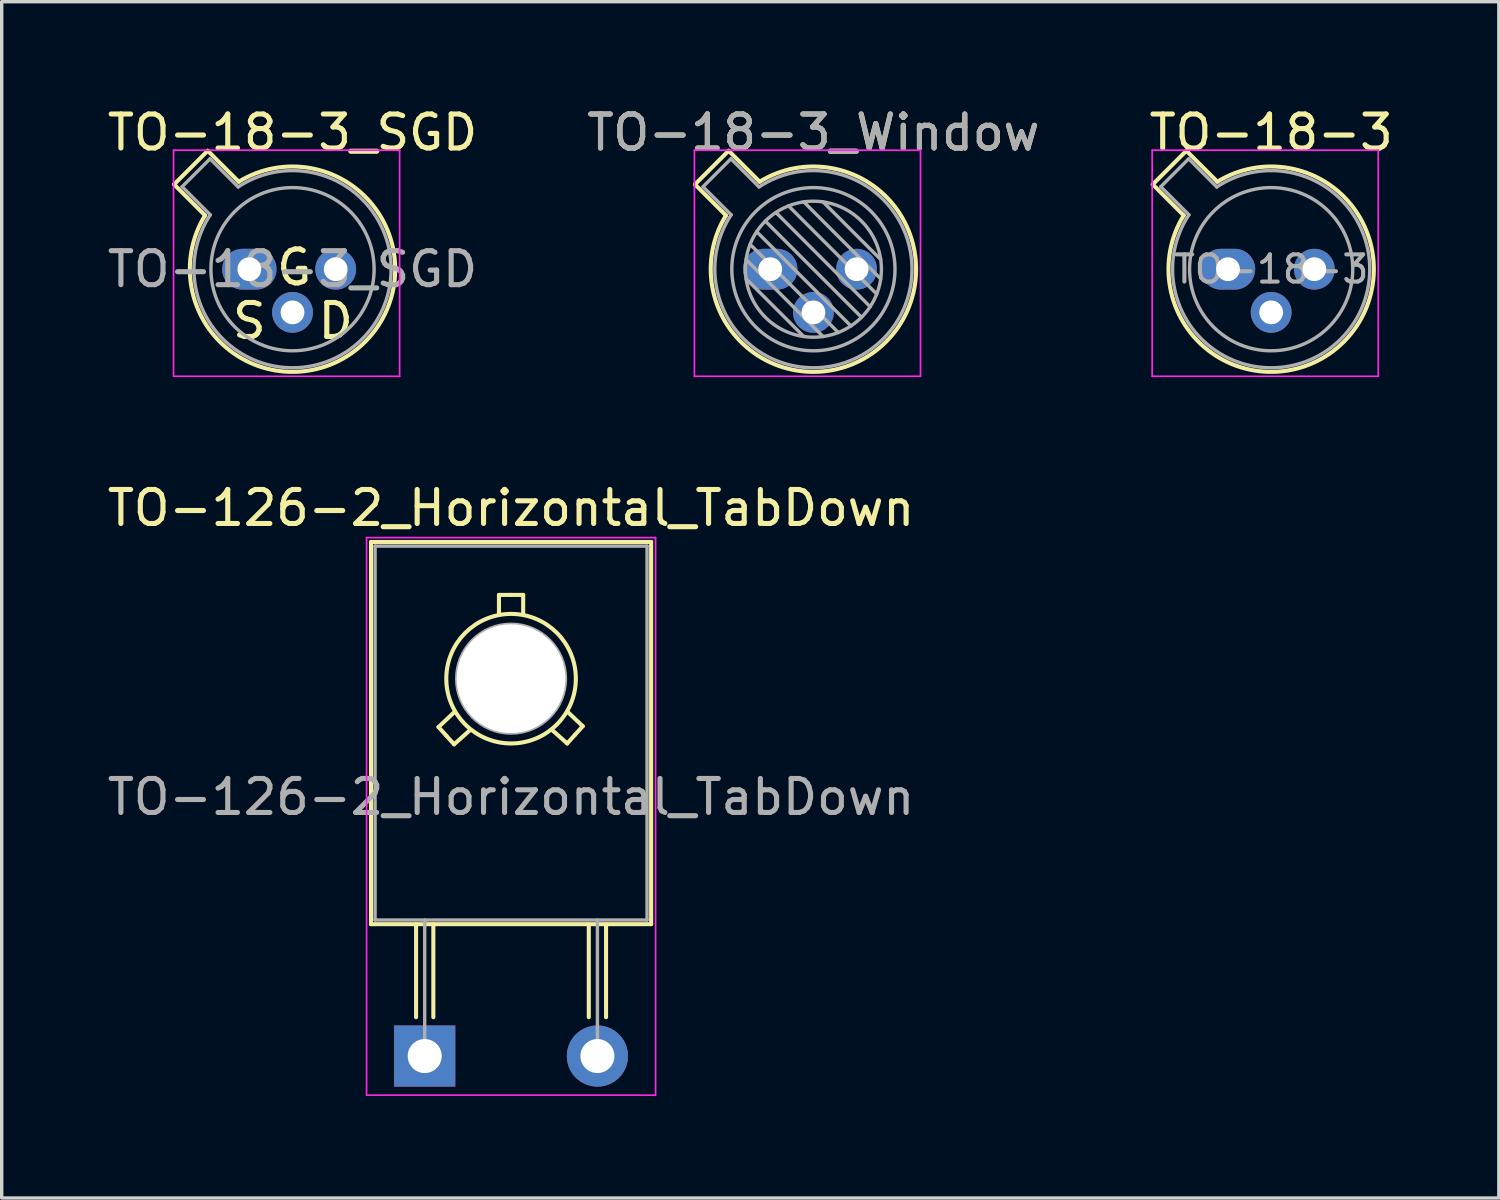
<source format=kicad_pcb>
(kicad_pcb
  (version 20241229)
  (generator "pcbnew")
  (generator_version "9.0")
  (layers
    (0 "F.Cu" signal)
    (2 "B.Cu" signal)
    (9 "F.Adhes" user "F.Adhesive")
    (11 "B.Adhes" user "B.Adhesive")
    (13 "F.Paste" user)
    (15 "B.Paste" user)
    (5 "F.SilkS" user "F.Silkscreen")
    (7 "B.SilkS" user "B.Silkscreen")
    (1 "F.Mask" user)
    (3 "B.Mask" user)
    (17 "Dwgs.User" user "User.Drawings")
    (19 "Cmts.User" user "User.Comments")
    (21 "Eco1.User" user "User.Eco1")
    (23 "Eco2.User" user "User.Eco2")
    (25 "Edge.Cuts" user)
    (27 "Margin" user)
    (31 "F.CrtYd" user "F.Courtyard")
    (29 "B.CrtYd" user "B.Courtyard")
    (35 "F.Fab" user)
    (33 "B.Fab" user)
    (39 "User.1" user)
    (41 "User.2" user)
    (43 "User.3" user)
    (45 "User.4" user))
  (footprint "TO-18-3_Window"
    (layer "F.Cu")
    (at 19.605 4.868)
    (property "Reference" "TO-18-3_Window" (at 1.27 -4.02 0) (layer "F.SilkS") (effects (font (size 1 1) (thickness 0.15))))
    (attr through_hole)
    (fp_line (start -2.214 -2.494) (end -1.302 -1.582) (stroke (width 0.12) (type solid)) (layer "F.SilkS"))
    (fp_line (start -1.224 -3.484) (end -2.214 -2.494) (stroke (width 0.12) (type solid)) (layer "F.SilkS"))
    (fp_line (start -0.312 -2.572) (end -1.224 -3.484) (stroke (width 0.12) (type solid)) (layer "F.SilkS"))
    (fp_arc (start -0.312331 -2.572281) (mid 3.405374 2.135551) (end -1.30215 -1.582544) (stroke (width 0.12) (type solid)) (layer "F.SilkS"))
    (fp_line (start -2.23 -3.5) (end -2.23 3.15) (stroke (width 0.05) (type solid)) (layer "F.CrtYd"))
    (fp_line (start -2.23 3.15) (end 4.42 3.15) (stroke (width 0.05) (type solid)) (layer "F.CrtYd"))
    (fp_line (start 4.42 -3.5) (end -2.23 -3.5) (stroke (width 0.05) (type solid)) (layer "F.CrtYd"))
    (fp_line (start 4.42 3.15) (end 4.42 -3.5) (stroke (width 0.05) (type solid)) (layer "F.CrtYd"))
    (fp_line (start -1.977 -2.426) (end -1.149 -1.599) (stroke (width 0.1) (type solid)) (layer "F.Fab"))
    (fp_line (start -1.156 -3.247) (end -1.977 -2.426) (stroke (width 0.1) (type solid)) (layer "F.Fab"))
    (fp_line (start -0.71 -0.283) (end 1.553 1.98) (stroke (width 0.1) (type solid)) (layer "F.Fab"))
    (fp_line (start -0.71 0.283) (end 0.987 1.98) (stroke (width 0.1) (type solid)) (layer "F.Fab"))
    (fp_line (start -0.592 -0.731) (end 2.001 1.862) (stroke (width 0.1) (type solid)) (layer "F.Fab"))
    (fp_line (start -0.399 -1.103) (end 2.373 1.669) (stroke (width 0.1) (type solid)) (layer "F.Fab"))
    (fp_line (start -0.329 -2.419) (end -1.156 -3.247) (stroke (width 0.1) (type solid)) (layer "F.Fab"))
    (fp_line (start -0.145 -1.415) (end 2.685 1.415) (stroke (width 0.1) (type solid)) (layer "F.Fab"))
    (fp_line (start 0.167 -1.669) (end 2.939 1.103) (stroke (width 0.1) (type solid)) (layer "F.Fab"))
    (fp_line (start 0.539 -1.862) (end 3.132 0.731) (stroke (width 0.1) (type solid)) (layer "F.Fab"))
    (fp_line (start 0.987 -1.98) (end 3.25 0.283) (stroke (width 0.1) (type solid)) (layer "F.Fab"))
    (fp_line (start 1.553 -1.98) (end 3.25 -0.283) (stroke (width 0.1) (type solid)) (layer "F.Fab"))
    (fp_arc (start -0.329057 -2.419301) (mid 3.321075 2.050145) (end -1.150029 -1.597956) (stroke (width 0.1) (type solid)) (layer "F.Fab"))
    (fp_circle (center 1.27 0) (end 3.27 0) (stroke (width 0.1) (type solid)) (fill no) (layer "F.Fab"))
    (fp_circle (center 1.27 0) (end 3.67 0) (stroke (width 0.1) (type solid)) (fill no) (layer "F.Fab"))
    (fp_text user "${REFERENCE}" (at 1.27 -4.02 0) (layer "F.Fab") (effects (font (size 1 1) (thickness 0.15))))
    (pad "1" thru_hole oval (at 0 0) (size 1.6 1.2) (drill 0.7) (layers "*.Cu" "*.Mask"))
    (pad "2" thru_hole oval (at 1.27 1.27) (size 1.2 1.2) (drill 0.7) (layers "*.Cu" "*.Mask"))
    (pad "3" thru_hole oval (at 2.54 0) (size 1.2 1.2) (drill 0.7) (layers "*.Cu" "*.Mask")))
  (footprint "TO-126-2_Horizontal_TabDown"
    (layer "F.Cu")
    (at 9.442 28.012)
    (property "Reference" "TO-126-2_Horizontal_TabDown" (at 2.54 -16.12 0) (layer "F.SilkS") (effects (font (size 1 1) (thickness 0.15))))
    (attr through_hole)
    (fp_line (start -1.58 -15.12) (end -1.58 -3.88) (stroke (width 0.12) (type solid)) (layer "F.SilkS"))
    (fp_line (start -1.58 -15.12) (end 6.66 -15.12) (stroke (width 0.12) (type solid)) (layer "F.SilkS"))
    (fp_line (start -1.58 -3.88) (end 6.66 -3.88) (stroke (width 0.12) (type solid)) (layer "F.SilkS"))
    (fp_line (start -0.254 -1.143) (end -0.254 -3.873) (stroke (width 0.12) (type solid)) (layer "F.SilkS"))
    (fp_line (start 0.254 -3.873) (end 0.254 -1.143) (stroke (width 0.12) (type solid)) (layer "F.SilkS"))
    (fp_line (start 0.406 -9.677) (end 0.864 -10.109) (stroke (width 0.12) (type solid)) (layer "F.SilkS"))
    (fp_line (start 0.635 -9.423) (end 0.406 -9.677) (stroke (width 0.12) (type solid)) (layer "F.SilkS"))
    (fp_line (start 0.864 -9.169) (end 0.635 -9.423) (stroke (width 0.12) (type solid)) (layer "F.SilkS"))
    (fp_line (start 0.864 -9.169) (end 1.321 -9.576) (stroke (width 0.12) (type solid)) (layer "F.SilkS"))
    (fp_line (start 2.184 -13.564) (end 2.184 -13.005) (stroke (width 0.12) (type solid)) (layer "F.SilkS"))
    (fp_line (start 2.184 -13.564) (end 2.54 -13.564) (stroke (width 0.12) (type solid)) (layer "F.SilkS"))
    (fp_line (start 2.54 -13.564) (end 2.896 -13.564) (stroke (width 0.12) (type solid)) (layer "F.SilkS"))
    (fp_line (start 2.896 -13.564) (end 2.896 -12.979) (stroke (width 0.12) (type solid)) (layer "F.SilkS"))
    (fp_line (start 4.191 -9.195) (end 3.734 -9.601) (stroke (width 0.12) (type solid)) (layer "F.SilkS"))
    (fp_line (start 4.191 -9.195) (end 4.42 -9.449) (stroke (width 0.12) (type solid)) (layer "F.SilkS"))
    (fp_line (start 4.42 -9.449) (end 4.648 -9.703) (stroke (width 0.12) (type solid)) (layer "F.SilkS"))
    (fp_line (start 4.648 -9.703) (end 4.191 -10.135) (stroke (width 0.12) (type solid)) (layer "F.SilkS"))
    (fp_line (start 4.826 -1.143) (end 4.826 -3.873) (stroke (width 0.12) (type solid)) (layer "F.SilkS"))
    (fp_line (start 5.334 -3.873) (end 5.334 -1.143) (stroke (width 0.12) (type solid)) (layer "F.SilkS"))
    (fp_line (start 6.66 -15.12) (end 6.66 -3.88) (stroke (width 0.12) (type solid)) (layer "F.SilkS"))
    (fp_circle (center 2.54 -11.1) (end 4.445 -11.125) (stroke (width 0.12) (type solid)) (fill no) (layer "F.SilkS"))
    (fp_line (start -1.71 -15.25) (end -1.71 1.15) (stroke (width 0.05) (type solid)) (layer "F.CrtYd"))
    (fp_line (start -1.71 1.15) (end 6.79 1.15) (stroke (width 0.05) (type solid)) (layer "F.CrtYd"))
    (fp_line (start 6.79 -15.25) (end -1.71 -15.25) (stroke (width 0.05) (type solid)) (layer "F.CrtYd"))
    (fp_line (start 6.79 1.15) (end 6.79 -15.25) (stroke (width 0.05) (type solid)) (layer "F.CrtYd"))
    (fp_line (start -1.46 -15) (end 6.54 -15) (stroke (width 0.1) (type solid)) (layer "F.Fab"))
    (fp_line (start -1.46 -4) (end -1.46 -15) (stroke (width 0.1) (type solid)) (layer "F.Fab"))
    (fp_line (start 0 -4) (end 0 0) (stroke (width 0.1) (type solid)) (layer "F.Fab"))
    (fp_line (start 5.08 -4) (end 5.08 0) (stroke (width 0.1) (type solid)) (layer "F.Fab"))
    (fp_line (start 6.54 -15) (end 6.54 -4) (stroke (width 0.1) (type solid)) (layer "F.Fab"))
    (fp_line (start 6.54 -4) (end -1.46 -4) (stroke (width 0.1) (type solid)) (layer "F.Fab"))
    (fp_circle (center 2.54 -11.1) (end 4.14 -11.1) (stroke (width 0.1) (type solid)) (fill no) (layer "F.Fab"))
    (fp_text user "${REFERENCE}" (at 2.54 -7.62 0) (layer "F.Fab") (effects (font (size 1 1) (thickness 0.15))))
    (pad "" np_thru_hole oval (at 2.54 -11.1) (size 3.2 3.2) (drill 3.2) (layers "*.Cu" "*.Mask"))
    (pad "1" thru_hole rect (at 0 0) (size 1.8 1.8) (drill 1) (layers "*.Cu" "*.Mask"))
    (pad "2" thru_hole oval (at 5.08 0) (size 1.8 1.8) (drill 1) (layers "*.Cu" "*.Mask")))
  (footprint "TO-18-3"
    (layer "F.Cu")
    (at 33.069 4.868)
    (property "Reference" "TO-18-3" (at 1.27 -4.02 0) (layer "F.SilkS") (effects (font (size 1 1) (thickness 0.15))))
    (attr through_hole)
    (fp_line (start -2.214 -2.494) (end -1.302 -1.582) (stroke (width 0.12) (type solid)) (layer "F.SilkS"))
    (fp_line (start -1.224 -3.484) (end -2.214 -2.494) (stroke (width 0.12) (type solid)) (layer "F.SilkS"))
    (fp_line (start -0.312 -2.572) (end -1.224 -3.484) (stroke (width 0.12) (type solid)) (layer "F.SilkS"))
    (fp_arc (start -0.312331 -2.572281) (mid 3.405374 2.135551) (end -1.30215 -1.582544) (stroke (width 0.12) (type solid)) (layer "F.SilkS"))
    (fp_line (start -2.23 -3.5) (end -2.23 3.15) (stroke (width 0.05) (type solid)) (layer "F.CrtYd"))
    (fp_line (start -2.23 3.15) (end 4.42 3.15) (stroke (width 0.05) (type solid)) (layer "F.CrtYd"))
    (fp_line (start 4.42 -3.5) (end -2.23 -3.5) (stroke (width 0.05) (type solid)) (layer "F.CrtYd"))
    (fp_line (start 4.42 3.15) (end 4.42 -3.5) (stroke (width 0.05) (type solid)) (layer "F.CrtYd"))
    (fp_line (start -1.977 -2.426) (end -1.149 -1.599) (stroke (width 0.1) (type solid)) (layer "F.Fab"))
    (fp_line (start -1.156 -3.247) (end -1.977 -2.426) (stroke (width 0.1) (type solid)) (layer "F.Fab"))
    (fp_line (start -0.329 -2.419) (end -1.156 -3.247) (stroke (width 0.1) (type solid)) (layer "F.Fab"))
    (fp_arc (start -0.329057 -2.419301) (mid 3.321075 2.050145) (end -1.150029 -1.597956) (stroke (width 0.1) (type solid)) (layer "F.Fab"))
    (fp_circle (center 1.27 0) (end 3.67 0) (stroke (width 0.1) (type solid)) (fill no) (layer "F.Fab"))
    (fp_text user "${REFERENCE}" (at 1.27 0.000001 0) (layer "F.Fab") (effects (font (size 0.8 0.8) (thickness 0.12))))
    (pad "1" thru_hole oval (at 0 0) (size 1.6 1.2) (drill 0.7) (layers "*.Cu" "*.Mask"))
    (pad "2" thru_hole oval (at 1.27 1.27) (size 1.2 1.2) (drill 0.7) (layers "*.Cu" "*.Mask"))
    (pad "3" thru_hole oval (at 2.54 0) (size 1.2 1.2) (drill 0.7) (layers "*.Cu" "*.Mask")))
  (footprint "TO-18-3_SGD"
    (layer "F.Cu")
    (at 4.284 4.868)
    (property "Reference" "TO-18-3_SGD" (at 1.27 -4.02 0) (layer "F.SilkS") (effects (font (size 1 1) (thickness 0.15))))
    (fp_line (start -2.214 -2.494) (end -1.302 -1.582) (stroke (width 0.12) (type solid)) (layer "F.SilkS"))
    (fp_line (start -1.224 -3.484) (end -2.214 -2.494) (stroke (width 0.12) (type solid)) (layer "F.SilkS"))
    (fp_line (start -0.312 -2.572) (end -1.224 -3.484) (stroke (width 0.12) (type solid)) (layer "F.SilkS"))
    (fp_arc (start -0.312331 -2.572281) (mid 3.405374 2.135551) (end -1.30215 -1.582544) (stroke (width 0.12) (type solid)) (layer "F.SilkS"))
    (fp_line (start -2.23 -3.5) (end -2.23 3.15) (stroke (width 0.05) (type solid)) (layer "F.CrtYd"))
    (fp_line (start -2.23 3.15) (end 4.42 3.15) (stroke (width 0.05) (type solid)) (layer "F.CrtYd"))
    (fp_line (start 4.42 -3.5) (end -2.23 -3.5) (stroke (width 0.05) (type solid)) (layer "F.CrtYd"))
    (fp_line (start 4.42 3.15) (end 4.42 -3.5) (stroke (width 0.05) (type solid)) (layer "F.CrtYd"))
    (fp_line (start -1.977 -2.426) (end -1.149 -1.599) (stroke (width 0.1) (type solid)) (layer "F.Fab"))
    (fp_line (start -1.156 -3.247) (end -1.977 -2.426) (stroke (width 0.1) (type solid)) (layer "F.Fab"))
    (fp_line (start -0.329 -2.419) (end -1.156 -3.247) (stroke (width 0.1) (type solid)) (layer "F.Fab"))
    (fp_arc (start -0.329057 -2.419301) (mid 3.321075 2.050145) (end -1.150029 -1.597956) (stroke (width 0.1) (type solid)) (layer "F.Fab"))
    (fp_circle (center 1.27 0) (end 3.67 0) (stroke (width 0.1) (type solid)) (fill no) (layer "F.Fab"))
    (fp_text user "G" (at 1.321 -0.051 0) (unlocked yes) (layer "F.SilkS") (effects (font (size 1 1) (thickness 0.15))))
    (fp_text user "S" (at 0 1.524 0) (unlocked yes) (layer "F.SilkS") (effects (font (size 1 1) (thickness 0.15))))
    (fp_text user "D" (at 2.54 1.524 0) (unlocked yes) (layer "F.SilkS") (effects (font (size 1 1) (thickness 0.15))))
    (fp_text user "${REFERENCE}" (at 1.27 0.000001 0) (layer "F.Fab") (effects (font (size 1 1) (thickness 0.15))))
    (pad "1" thru_hole oval (at 0 0) (size 1.6 1.2) (drill 0.7) (layers "*.Cu" "*.Mask"))
    (pad "2" thru_hole oval (at 1.27 1.27) (size 1.2 1.2) (drill 0.7) (layers "*.Cu" "*.Mask"))
    (pad "3" thru_hole oval (at 2.54 0) (size 1.2 1.2) (drill 0.7) (layers "*.Cu" "*.Mask")))
  (gr_rect
    (start -3 -3)
    (end 41.036 32.187)
    (stroke (width 0.1) (type default))
    (fill no)
    (layer "Edge.Cuts")))
</source>
